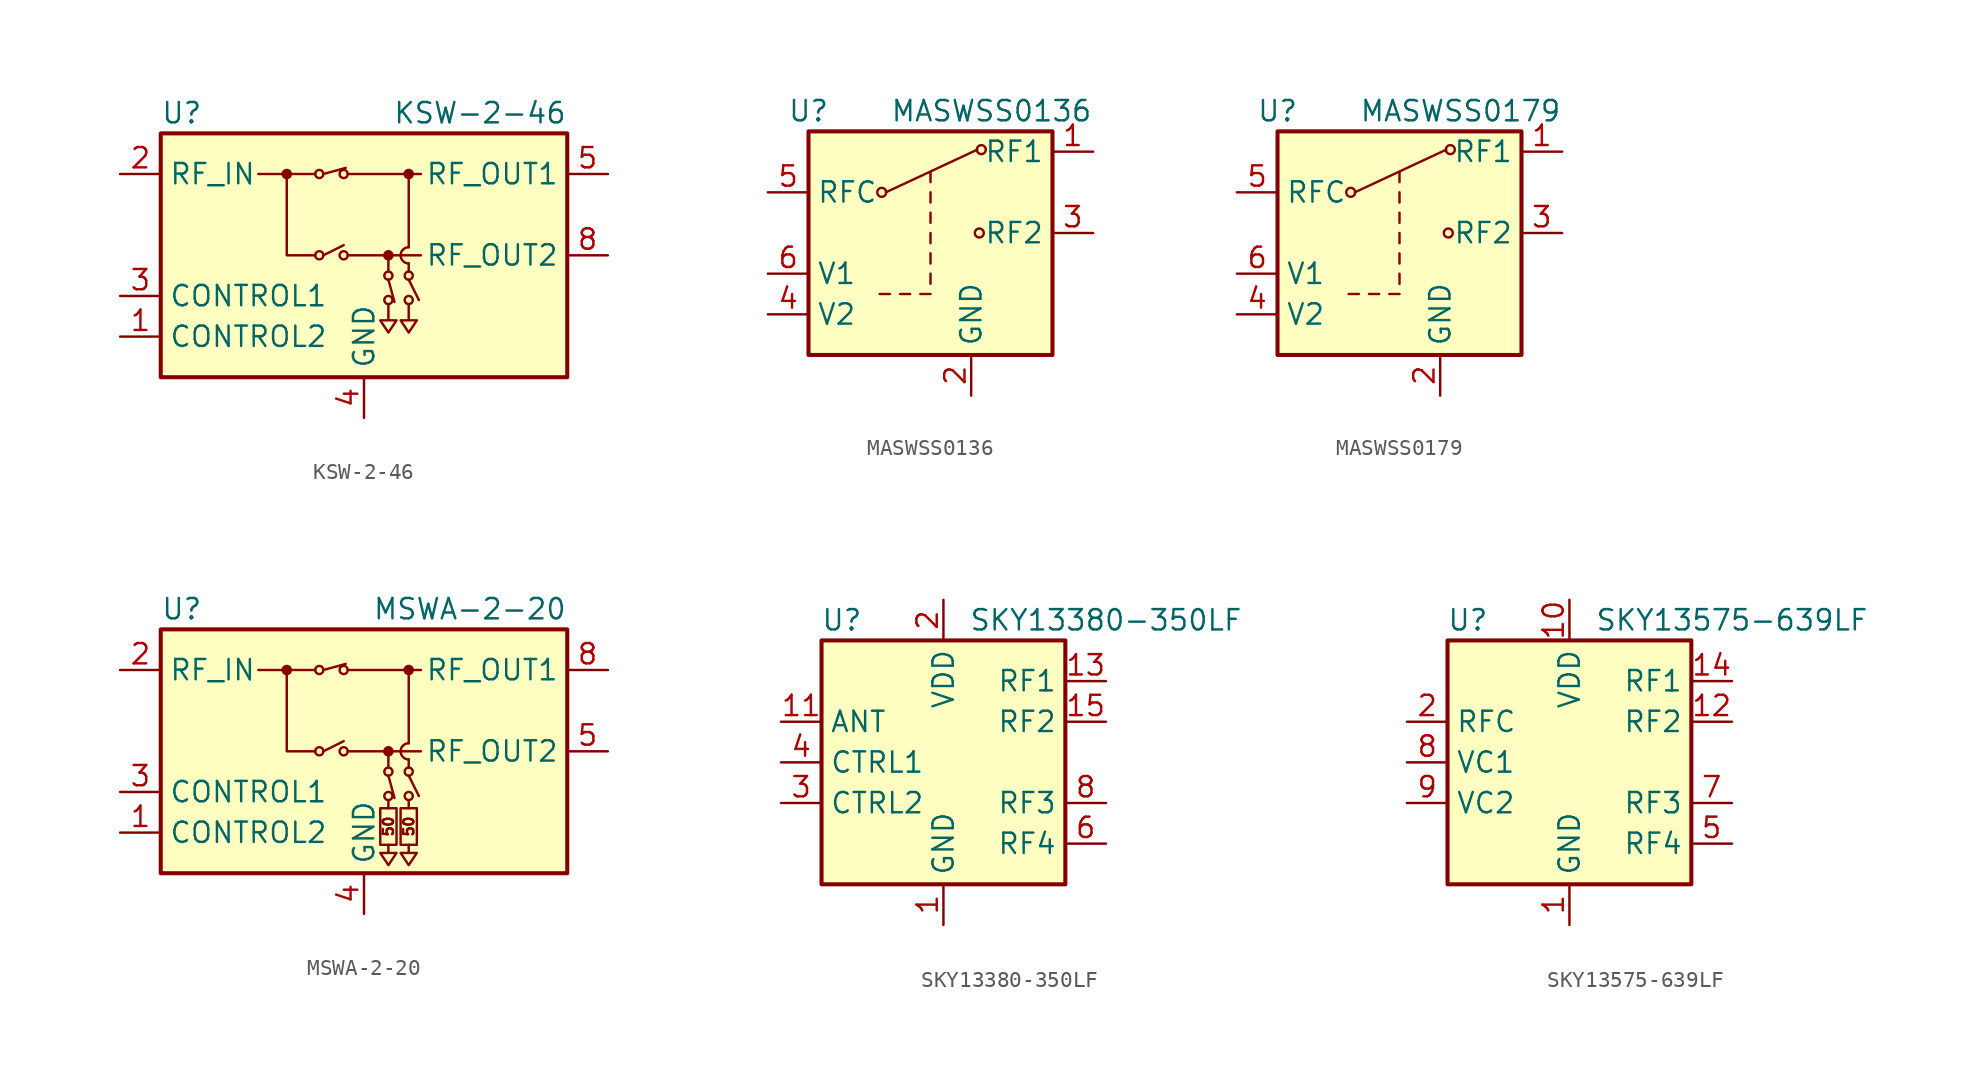
<source format=kicad_sym>
(kicad_symbol_lib
  (version 20231120)
  (generator "kicad_symbol_editor")
  (generator_version "8.0")
  (symbol "KSW-2-46"
    (property "Reference" "U"
      (at -12.7 8.89 0)
      (effects (font (size 1.27 1.27)) (justify left)))
    (property "Value" "KSW-2-46"
      (at 12.7 8.89 0)
      (effects (font (size 1.27 1.27)) (justify right)))
    (symbol "KSW-2-46_0_1"
      (rectangle (start -12.7 7.62) (end 12.7 -7.62) (stroke (width 0.254) (type default)) (fill (type background)))
      (circle (center -4.826 5.08) (radius 0.254) (stroke (width 0) (type default)) (fill (type outline)))
      (circle (center -2.794 0) (radius 0.254) (stroke (width 0) (type default)) (fill (type none)))
      (circle (center -2.794 5.08) (radius 0.254) (stroke (width 0) (type default)) (fill (type none)))
      (circle (center -1.27 0) (radius 0.254) (stroke (width 0) (type default)) (fill (type none)))
      (circle (center -1.27 5.08) (radius 0.254) (stroke (width 0) (type default)) (fill (type none)))
      (polyline (pts (xy -3.048 5.08) (xy -6.604 5.08)) (stroke (width 0) (type default)) (fill (type none)))
      (polyline (pts (xy -2.54 0) (xy -1.27 0.635)) (stroke (width 0) (type default)) (fill (type none)))
      (polyline (pts (xy -2.54 5.08) (xy -1.143 5.461)) (stroke (width 0) (type default)) (fill (type none)))
      (polyline (pts (xy -1.016 0) (xy 3.556 0)) (stroke (width 0) (type default)) (fill (type none)))
      (polyline (pts (xy -1.016 5.08) (xy 3.556 5.08)) (stroke (width 0) (type default)) (fill (type none)))
      (polyline (pts (xy 1.524 -1.524) (xy 1.905 -2.921)) (stroke (width 0) (type default)) (fill (type none)))
      (polyline (pts (xy 1.524 -1.016) (xy 1.524 0)) (stroke (width 0) (type default)) (fill (type none)))
      (polyline (pts (xy 2.794 -1.524) (xy 3.429 -2.794)) (stroke (width 0) (type default)) (fill (type none)))
      (polyline (pts (xy 2.794 -0.508) (xy 2.794 -1.016)) (stroke (width 0) (type default)) (fill (type none)))
      (polyline (pts (xy 2.794 5.08) (xy 2.794 0.508)) (stroke (width 0) (type default)) (fill (type none)))
      (polyline (pts (xy -4.826 5.08) (xy -4.826 0) (xy -3.048 0)) (stroke (width 0) (type default)) (fill (type none)))
      (polyline (pts (xy 1.524 -3.048) (xy 1.524 -4.064) (xy 1.016 -4.064) (xy 1.524 -4.826) (xy 2.032 -4.064) (xy 1.524 -4.064)) (stroke (width 0) (type default)) (fill (type none)))
      (polyline (pts (xy 2.794 -3.048) (xy 2.794 -4.064) (xy 2.286 -4.064) (xy 2.794 -4.826) (xy 3.302 -4.064) (xy 2.794 -4.064)) (stroke (width 0) (type default)) (fill (type none)))
      (circle (center 1.524 -2.794) (radius 0.254) (stroke (width 0) (type default)) (fill (type none)))
      (circle (center 1.524 -1.27) (radius 0.254) (stroke (width 0) (type default)) (fill (type none)))
      (circle (center 1.524 0) (radius 0.254) (stroke (width 0) (type default)) (fill (type outline)))
      (circle (center 2.794 -2.794) (radius 0.254) (stroke (width 0) (type default)) (fill (type none)))
      (circle (center 2.794 -1.27) (radius 0.254) (stroke (width 0) (type default)) (fill (type none)))
      (arc (start 2.794 0.508) (mid 2.2882 0) (end 2.794 -0.508) (stroke (width 0) (type default)) (fill (type none)))
      (circle (center 2.794 5.08) (radius 0.254) (stroke (width 0) (type default)) (fill (type outline))))
    (symbol "KSW-2-46_1_1"
      (pin input line (at -15.24 -5.08 0) (length 2.54) (name "CONTROL2" (effects (font (size 1.27 1.27)))) (number "1" (effects (font (size 1.27 1.27)))))
      (pin passive line (at -15.24 5.08 0) (length 2.54) (name "RF_IN" (effects (font (size 1.27 1.27)))) (number "2" (effects (font (size 1.27 1.27)))))
      (pin input line (at -15.24 -2.54 0) (length 2.54) (name "CONTROL1" (effects (font (size 1.27 1.27)))) (number "3" (effects (font (size 1.27 1.27)))))
      (pin power_in line (at 0 -10.16 90) (length 2.54) (name "GND" (effects (font (size 1.27 1.27)))) (number "4" (effects (font (size 1.27 1.27)))))
      (pin passive line (at 15.24 5.08 180) (length 2.54) (name "RF_OUT1" (effects (font (size 1.27 1.27)))) (number "5" (effects (font (size 1.27 1.27)))))
      (pin passive line (at 0 -10.16 90) (length 2.54) hide (name "GND" (effects (font (size 1.27 1.27)))) (number "6" (effects (font (size 1.27 1.27)))))
      (pin passive line (at 0 -10.16 90) (length 2.54) hide (name "GND" (effects (font (size 1.27 1.27)))) (number "7" (effects (font (size 1.27 1.27)))))
      (pin passive line (at 15.24 0 180) (length 2.54) (name "RF_OUT2" (effects (font (size 1.27 1.27)))) (number "8" (effects (font (size 1.27 1.27)))))))
  (symbol "MASWSS0136"
    (property "Reference" "U"
      (at -7.62 7.62 0)
      (effects (font (size 1.27 1.27))))
    (property "Value" "MASWSS0136"
      (at 3.81 7.62 0)
      (effects (font (size 1.27 1.27))))
    (symbol "MASWSS0136_0_1"
      (circle (center -3.048 2.54) (radius 0.279) (stroke (width 0) (type default)) (fill (type none)))
      (polyline (pts (xy -3.175 -3.81) (xy -2.54 -3.81)) (stroke (width 0) (type default)) (fill (type none)))
      (polyline (pts (xy -2.794 2.54) (xy 2.921 5.207)) (stroke (width 0) (type default)) (fill (type none)))
      (polyline (pts (xy -1.905 -3.81) (xy -1.27 -3.81)) (stroke (width 0) (type default)) (fill (type none)))
      (polyline (pts (xy -0.635 -3.81) (xy 0 -3.81)) (stroke (width 0) (type default)) (fill (type none)))
      (polyline (pts (xy 0 -3.175) (xy 0 -2.54)) (stroke (width 0) (type default)) (fill (type none)))
      (polyline (pts (xy 0 -1.905) (xy 0 -1.27)) (stroke (width 0) (type default)) (fill (type none)))
      (polyline (pts (xy 0 -0.635) (xy 0 0)) (stroke (width 0) (type default)) (fill (type none)))
      (polyline (pts (xy 0 0.635) (xy 0 1.27)) (stroke (width 0) (type default)) (fill (type none)))
      (polyline (pts (xy 0 1.905) (xy 0 2.54)) (stroke (width 0) (type default)) (fill (type none)))
      (polyline (pts (xy 0 3.175) (xy 0 3.81)) (stroke (width 0) (type default)) (fill (type none)))
      (circle (center 3.048 0) (radius 0.279) (stroke (width 0) (type default)) (fill (type none)))
      (circle (center 3.175 5.207) (radius 0.279) (stroke (width 0) (type default)) (fill (type none)))
      (rectangle (start 7.62 -7.62) (end -7.62 6.35) (stroke (width 0.254) (type default)) (fill (type background))))
    (symbol "MASWSS0136_1_1"
      (pin passive line (at 10.16 5.08 180) (length 2.54) (name "RF1" (effects (font (size 1.27 1.27)))) (number "1" (effects (font (size 1.27 1.27)))))
      (pin power_in line (at 2.54 -10.16 90) (length 2.54) (name "GND" (effects (font (size 1.27 1.27)))) (number "2" (effects (font (size 1.27 1.27)))))
      (pin passive line (at 10.16 0 180) (length 2.54) (name "RF2" (effects (font (size 1.27 1.27)))) (number "3" (effects (font (size 1.27 1.27)))))
      (pin input line (at -10.16 -5.08 0) (length 2.54) (name "V2" (effects (font (size 1.27 1.27)))) (number "4" (effects (font (size 1.27 1.27)))))
      (pin passive line (at -10.16 2.54 0) (length 2.54) (name "RFC" (effects (font (size 1.27 1.27)))) (number "5" (effects (font (size 1.27 1.27)))))
      (pin input line (at -10.16 -2.54 0) (length 2.54) (name "V1" (effects (font (size 1.27 1.27)))) (number "6" (effects (font (size 1.27 1.27)))))))
  (symbol "MASWSS0179"
    (property "Reference" "U"
      (at -7.62 7.62 0)
      (effects (font (size 1.27 1.27))))
    (property "Value" "MASWSS0179"
      (at 3.81 7.62 0)
      (effects (font (size 1.27 1.27))))
    (symbol "MASWSS0179_0_1"
      (circle (center -3.048 2.54) (radius 0.279) (stroke (width 0) (type default)) (fill (type none)))
      (polyline (pts (xy -3.175 -3.81) (xy -2.54 -3.81)) (stroke (width 0) (type default)) (fill (type none)))
      (polyline (pts (xy -2.794 2.54) (xy 2.921 5.207)) (stroke (width 0) (type default)) (fill (type none)))
      (polyline (pts (xy -1.905 -3.81) (xy -1.27 -3.81)) (stroke (width 0) (type default)) (fill (type none)))
      (polyline (pts (xy -0.635 -3.81) (xy 0 -3.81)) (stroke (width 0) (type default)) (fill (type none)))
      (polyline (pts (xy 0 -3.175) (xy 0 -2.54)) (stroke (width 0) (type default)) (fill (type none)))
      (polyline (pts (xy 0 -1.905) (xy 0 -1.27)) (stroke (width 0) (type default)) (fill (type none)))
      (polyline (pts (xy 0 -0.635) (xy 0 0)) (stroke (width 0) (type default)) (fill (type none)))
      (polyline (pts (xy 0 0.635) (xy 0 1.27)) (stroke (width 0) (type default)) (fill (type none)))
      (polyline (pts (xy 0 1.905) (xy 0 2.54)) (stroke (width 0) (type default)) (fill (type none)))
      (polyline (pts (xy 0 3.175) (xy 0 3.81)) (stroke (width 0) (type default)) (fill (type none)))
      (circle (center 3.048 0) (radius 0.279) (stroke (width 0) (type default)) (fill (type none)))
      (circle (center 3.175 5.207) (radius 0.279) (stroke (width 0) (type default)) (fill (type none)))
      (rectangle (start 7.62 -7.62) (end -7.62 6.35) (stroke (width 0.254) (type default)) (fill (type background))))
    (symbol "MASWSS0179_1_1"
      (pin passive line (at 10.16 5.08 180) (length 2.54) (name "RF1" (effects (font (size 1.27 1.27)))) (number "1" (effects (font (size 1.27 1.27)))))
      (pin power_in line (at 2.54 -10.16 90) (length 2.54) (name "GND" (effects (font (size 1.27 1.27)))) (number "2" (effects (font (size 1.27 1.27)))))
      (pin passive line (at 10.16 0 180) (length 2.54) (name "RF2" (effects (font (size 1.27 1.27)))) (number "3" (effects (font (size 1.27 1.27)))))
      (pin input line (at -10.16 -5.08 0) (length 2.54) (name "V2" (effects (font (size 1.27 1.27)))) (number "4" (effects (font (size 1.27 1.27)))))
      (pin passive line (at -10.16 2.54 0) (length 2.54) (name "RFC" (effects (font (size 1.27 1.27)))) (number "5" (effects (font (size 1.27 1.27)))))
      (pin input line (at -10.16 -2.54 0) (length 2.54) (name "V1" (effects (font (size 1.27 1.27)))) (number "6" (effects (font (size 1.27 1.27)))))))
  (symbol "MSWA-2-20"
    (property "Reference" "U"
      (at -12.7 8.89 0)
      (effects (font (size 1.27 1.27)) (justify left)))
    (property "Value" "MSWA-2-20"
      (at 12.7 8.89 0)
      (effects (font (size 1.27 1.27)) (justify right)))
    (symbol "MSWA-2-20_0_0"
      (text "50" (at 1.524 -4.699 900) (effects (font (size 0.635 0.635))))
      (text "50" (at 2.794 -4.699 900) (effects (font (size 0.635 0.635)))))
    (symbol "MSWA-2-20_0_1"
      (rectangle (start -12.7 7.62) (end 12.7 -7.62) (stroke (width 0.254) (type default)) (fill (type background)))
      (circle (center -4.826 5.08) (radius 0.254) (stroke (width 0) (type default)) (fill (type outline)))
      (circle (center -2.794 0) (radius 0.254) (stroke (width 0) (type default)) (fill (type none)))
      (circle (center -2.794 5.08) (radius 0.254) (stroke (width 0) (type default)) (fill (type none)))
      (circle (center -1.27 0) (radius 0.254) (stroke (width 0) (type default)) (fill (type none)))
      (circle (center -1.27 5.08) (radius 0.254) (stroke (width 0) (type default)) (fill (type none)))
      (polyline (pts (xy -3.048 5.08) (xy -6.604 5.08)) (stroke (width 0) (type default)) (fill (type none)))
      (polyline (pts (xy -2.54 0) (xy -1.27 0.635)) (stroke (width 0) (type default)) (fill (type none)))
      (polyline (pts (xy -2.54 5.08) (xy -1.143 5.461)) (stroke (width 0) (type default)) (fill (type none)))
      (polyline (pts (xy -1.016 0) (xy 3.556 0)) (stroke (width 0) (type default)) (fill (type none)))
      (polyline (pts (xy -1.016 5.08) (xy 3.556 5.08)) (stroke (width 0) (type default)) (fill (type none)))
      (polyline (pts (xy 1.524 -3.048) (xy 1.524 -3.556)) (stroke (width 0) (type default)) (fill (type none)))
      (polyline (pts (xy 1.524 -1.524) (xy 1.905 -2.921)) (stroke (width 0) (type default)) (fill (type none)))
      (polyline (pts (xy 1.524 -1.016) (xy 1.524 0)) (stroke (width 0) (type default)) (fill (type none)))
      (polyline (pts (xy 2.794 -3.048) (xy 2.794 -3.556)) (stroke (width 0) (type default)) (fill (type none)))
      (polyline (pts (xy 2.794 -1.524) (xy 3.429 -2.794)) (stroke (width 0) (type default)) (fill (type none)))
      (polyline (pts (xy 2.794 -0.508) (xy 2.794 -1.016)) (stroke (width 0) (type default)) (fill (type none)))
      (polyline (pts (xy 2.794 5.08) (xy 2.794 0.508)) (stroke (width 0) (type default)) (fill (type none)))
      (polyline (pts (xy -4.826 5.08) (xy -4.826 0) (xy -3.048 0)) (stroke (width 0) (type default)) (fill (type none)))
      (polyline (pts (xy 1.524 -5.842) (xy 1.524 -6.35) (xy 1.016 -6.35) (xy 1.524 -7.112) (xy 2.032 -6.35) (xy 1.524 -6.35)) (stroke (width 0) (type default)) (fill (type none)))
      (polyline (pts (xy 2.794 -5.842) (xy 2.794 -6.35) (xy 2.286 -6.35) (xy 2.794 -7.112) (xy 3.302 -6.35) (xy 2.794 -6.35)) (stroke (width 0) (type default)) (fill (type none)))
      (rectangle (start 1.016 -3.556) (end 2.032 -5.842) (stroke (width 0) (type default)) (fill (type none)))
      (circle (center 1.524 -2.794) (radius 0.254) (stroke (width 0) (type default)) (fill (type none)))
      (circle (center 1.524 -1.27) (radius 0.254) (stroke (width 0) (type default)) (fill (type none)))
      (circle (center 1.524 0) (radius 0.254) (stroke (width 0) (type default)) (fill (type outline)))
      (rectangle (start 2.286 -3.556) (end 3.302 -5.842) (stroke (width 0) (type default)) (fill (type none)))
      (circle (center 2.794 -2.794) (radius 0.254) (stroke (width 0) (type default)) (fill (type none)))
      (circle (center 2.794 -1.27) (radius 0.254) (stroke (width 0) (type default)) (fill (type none)))
      (arc (start 2.794 0.508) (mid 2.2882 0) (end 2.794 -0.508) (stroke (width 0) (type default)) (fill (type none)))
      (circle (center 2.794 5.08) (radius 0.254) (stroke (width 0) (type default)) (fill (type outline))))
    (symbol "MSWA-2-20_1_1"
      (pin input line (at -15.24 -5.08 0) (length 2.54) (name "CONTROL2" (effects (font (size 1.27 1.27)))) (number "1" (effects (font (size 1.27 1.27)))))
      (pin passive line (at -15.24 5.08 0) (length 2.54) (name "RF_IN" (effects (font (size 1.27 1.27)))) (number "2" (effects (font (size 1.27 1.27)))))
      (pin input line (at -15.24 -2.54 0) (length 2.54) (name "CONTROL1" (effects (font (size 1.27 1.27)))) (number "3" (effects (font (size 1.27 1.27)))))
      (pin power_in line (at 0 -10.16 90) (length 2.54) (name "GND" (effects (font (size 1.27 1.27)))) (number "4" (effects (font (size 1.27 1.27)))))
      (pin passive line (at 15.24 0 180) (length 2.54) (name "RF_OUT2" (effects (font (size 1.27 1.27)))) (number "5" (effects (font (size 1.27 1.27)))))
      (pin passive line (at 0 -10.16 90) (length 2.54) hide (name "GND" (effects (font (size 1.27 1.27)))) (number "6" (effects (font (size 1.27 1.27)))))
      (pin passive line (at 0 -10.16 90) (length 2.54) hide (name "GND" (effects (font (size 1.27 1.27)))) (number "7" (effects (font (size 1.27 1.27)))))
      (pin passive line (at 15.24 5.08 180) (length 2.54) (name "RF_OUT1" (effects (font (size 1.27 1.27)))) (number "8" (effects (font (size 1.27 1.27)))))))
  (symbol "SKY13380-350LF"
    (property "Reference" "U"
      (at -6.35 8.89 0)
      (effects (font (size 1.27 1.27))))
    (property "Value" "SKY13380-350LF"
      (at 10.16 8.89 0)
      (effects (font (size 1.27 1.27))))
    (symbol "SKY13380-350LF_0_1"
      (rectangle (start -7.62 7.62) (end 7.62 -7.62) (stroke (width 0.254) (type default)) (fill (type background))))
    (symbol "SKY13380-350LF_1_1"
      (pin power_in line (at 0 -10.16 90) (length 2.54) (name "GND" (effects (font (size 1.27 1.27)))) (number "1" (effects (font (size 1.27 1.27)))))
      (pin passive line (at 0 -10.16 90) (length 2.54) hide (name "GND" (effects (font (size 1.27 1.27)))) (number "10" (effects (font (size 1.27 1.27)))))
      (pin passive line (at -10.16 2.54 0) (length 2.54) (name "ANT" (effects (font (size 1.27 1.27)))) (number "11" (effects (font (size 1.27 1.27)))))
      (pin passive line (at 0 -10.16 90) (length 2.54) hide (name "GND" (effects (font (size 1.27 1.27)))) (number "12" (effects (font (size 1.27 1.27)))))
      (pin passive line (at 10.16 5.08 180) (length 2.54) (name "RF1" (effects (font (size 1.27 1.27)))) (number "13" (effects (font (size 1.27 1.27)))))
      (pin passive line (at 0 -10.16 90) (length 2.54) hide (name "GND" (effects (font (size 1.27 1.27)))) (number "14" (effects (font (size 1.27 1.27)))))
      (pin passive line (at 10.16 2.54 180) (length 2.54) (name "RF2" (effects (font (size 1.27 1.27)))) (number "15" (effects (font (size 1.27 1.27)))))
      (pin no_connect line (at 7.62 0 180) (length 2.54) hide (name "NC" (effects (font (size 1.27 1.27)))) (number "16" (effects (font (size 1.27 1.27)))))
      (pin power_in line (at 0 10.16 270) (length 2.54) (name "VDD" (effects (font (size 1.27 1.27)))) (number "2" (effects (font (size 1.27 1.27)))))
      (pin input line (at -10.16 -2.54 0) (length 2.54) (name "CTRL2" (effects (font (size 1.27 1.27)))) (number "3" (effects (font (size 1.27 1.27)))))
      (pin input line (at -10.16 0 0) (length 2.54) (name "CTRL1" (effects (font (size 1.27 1.27)))) (number "4" (effects (font (size 1.27 1.27)))))
      (pin passive line (at 0 -10.16 90) (length 2.54) hide (name "GND" (effects (font (size 1.27 1.27)))) (number "5" (effects (font (size 1.27 1.27)))))
      (pin passive line (at 10.16 -5.08 180) (length 2.54) (name "RF4" (effects (font (size 1.27 1.27)))) (number "6" (effects (font (size 1.27 1.27)))))
      (pin passive line (at 0 -10.16 90) (length 2.54) hide (name "GND" (effects (font (size 1.27 1.27)))) (number "7" (effects (font (size 1.27 1.27)))))
      (pin passive line (at 10.16 -2.54 180) (length 2.54) (name "RF3" (effects (font (size 1.27 1.27)))) (number "8" (effects (font (size 1.27 1.27)))))
      (pin passive line (at 0 -10.16 90) (length 2.54) hide (name "GND" (effects (font (size 1.27 1.27)))) (number "9" (effects (font (size 1.27 1.27)))))))
  (symbol "SKY13575-639LF"
    (property "Reference" "U"
      (at -6.35 8.89 0)
      (effects (font (size 1.27 1.27))))
    (property "Value" "SKY13575-639LF"
      (at 10.16 8.89 0)
      (effects (font (size 1.27 1.27))))
    (symbol "SKY13575-639LF_0_1"
      (rectangle (start -7.62 7.62) (end 7.62 -7.62) (stroke (width 0.254) (type default)) (fill (type background))))
    (symbol "SKY13575-639LF_1_1"
      (pin power_in line (at 0 -10.16 90) (length 2.54) (name "GND" (effects (font (size 1.27 1.27)))) (number "1" (effects (font (size 1.27 1.27)))))
      (pin power_in line (at 0 10.16 270) (length 2.54) (name "VDD" (effects (font (size 1.27 1.27)))) (number "10" (effects (font (size 1.27 1.27)))))
      (pin passive line (at 0 -10.16 90) (length 2.54) hide (name "GND" (effects (font (size 1.27 1.27)))) (number "11" (effects (font (size 1.27 1.27)))))
      (pin passive line (at 10.16 2.54 180) (length 2.54) (name "RF2" (effects (font (size 1.27 1.27)))) (number "12" (effects (font (size 1.27 1.27)))))
      (pin passive line (at 0 -10.16 90) (length 2.54) hide (name "GND" (effects (font (size 1.27 1.27)))) (number "13" (effects (font (size 1.27 1.27)))))
      (pin passive line (at 10.16 5.08 180) (length 2.54) (name "RF1" (effects (font (size 1.27 1.27)))) (number "14" (effects (font (size 1.27 1.27)))))
      (pin passive line (at 0 -10.16 90) (length 2.54) hide (name "GND" (effects (font (size 1.27 1.27)))) (number "15" (effects (font (size 1.27 1.27)))))
      (pin passive line (at -10.16 2.54 0) (length 2.54) (name "RFC" (effects (font (size 1.27 1.27)))) (number "2" (effects (font (size 1.27 1.27)))))
      (pin passive line (at 0 -10.16 90) (length 2.54) hide (name "GND" (effects (font (size 1.27 1.27)))) (number "3" (effects (font (size 1.27 1.27)))))
      (pin passive line (at 0 -10.16 90) (length 2.54) hide (name "GND" (effects (font (size 1.27 1.27)))) (number "4" (effects (font (size 1.27 1.27)))))
      (pin passive line (at 10.16 -5.08 180) (length 2.54) (name "RF4" (effects (font (size 1.27 1.27)))) (number "5" (effects (font (size 1.27 1.27)))))
      (pin passive line (at 0 -10.16 90) (length 2.54) hide (name "GND" (effects (font (size 1.27 1.27)))) (number "6" (effects (font (size 1.27 1.27)))))
      (pin passive line (at 10.16 -2.54 180) (length 2.54) (name "RF3" (effects (font (size 1.27 1.27)))) (number "7" (effects (font (size 1.27 1.27)))))
      (pin input line (at -10.16 0 0) (length 2.54) (name "VC1" (effects (font (size 1.27 1.27)))) (number "8" (effects (font (size 1.27 1.27)))))
      (pin input line (at -10.16 -2.54 0) (length 2.54) (name "VC2" (effects (font (size 1.27 1.27)))) (number "9" (effects (font (size 1.27 1.27))))))))
</source>
